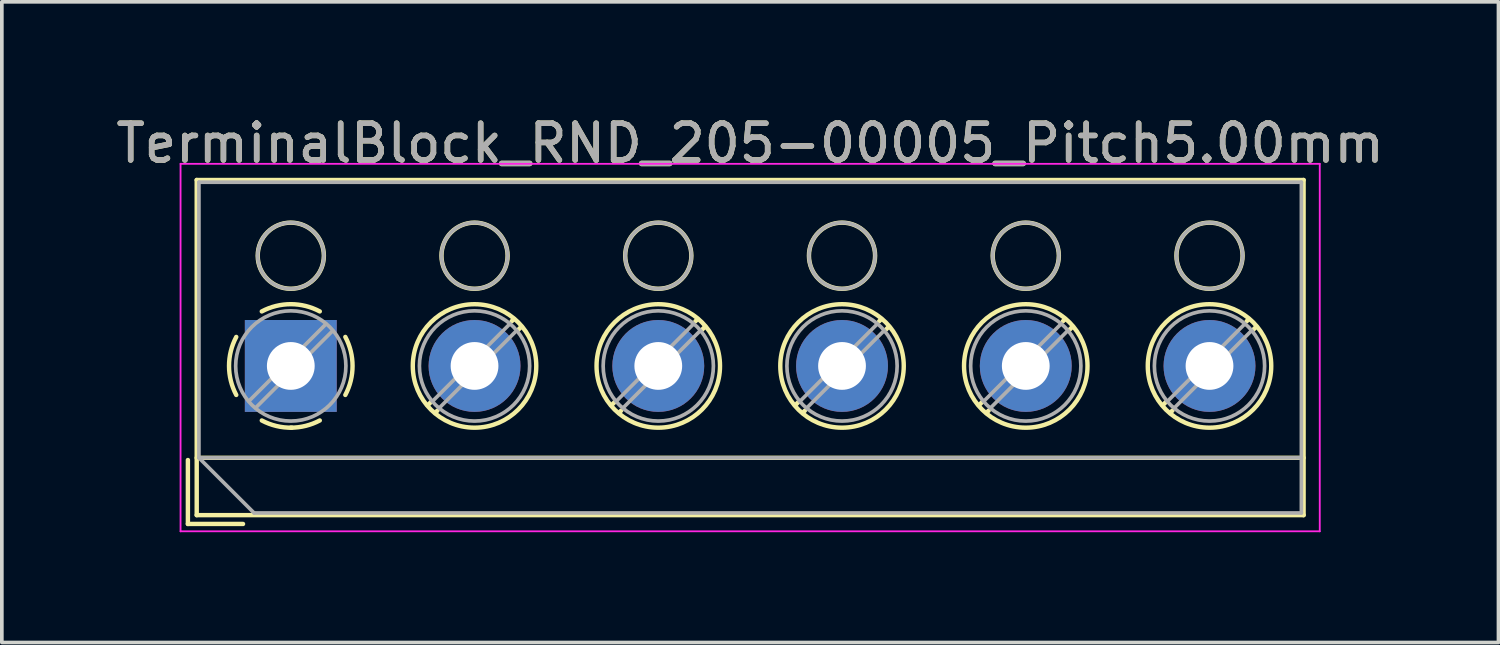
<source format=kicad_pcb>
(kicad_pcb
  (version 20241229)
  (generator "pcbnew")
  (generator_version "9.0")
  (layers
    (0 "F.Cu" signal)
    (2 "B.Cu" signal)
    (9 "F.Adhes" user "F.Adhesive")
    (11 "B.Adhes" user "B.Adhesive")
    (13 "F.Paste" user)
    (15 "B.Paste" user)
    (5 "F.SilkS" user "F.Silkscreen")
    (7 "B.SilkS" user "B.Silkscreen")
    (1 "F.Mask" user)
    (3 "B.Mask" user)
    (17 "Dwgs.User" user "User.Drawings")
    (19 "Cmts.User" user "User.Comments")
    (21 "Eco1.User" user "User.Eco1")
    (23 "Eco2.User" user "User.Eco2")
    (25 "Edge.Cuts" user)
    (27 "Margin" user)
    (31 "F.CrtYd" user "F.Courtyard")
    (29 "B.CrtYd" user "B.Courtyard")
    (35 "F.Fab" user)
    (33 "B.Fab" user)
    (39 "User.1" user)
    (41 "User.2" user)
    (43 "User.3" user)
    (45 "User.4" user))
  (footprint "TerminalBlock_RND_205-00005_Pitch5.00mm"
    (layer "F.Cu")
    (at 4.863 6.908)
    (property "Reference" "TerminalBlock_RND_205-00005_Pitch5.00mm" (at 12.5 -6.06 0) (layer "F.SilkS") (effects (font (size 1 1) (thickness 0.15))))
    (attr through_hole)
    (fp_line (start -2.8 2.56) (end -2.8 4.3) (stroke (width 0.12) (type solid)) (layer "F.SilkS"))
    (fp_line (start -2.8 4.3) (end -1.3 4.3) (stroke (width 0.12) (type solid)) (layer "F.SilkS"))
    (fp_line (start -2.56 -5.06) (end -2.56 4.06) (stroke (width 0.12) (type solid)) (layer "F.SilkS"))
    (fp_line (start -2.56 2.5) (end 27.56 2.5) (stroke (width 0.12) (type solid)) (layer "F.SilkS"))
    (fp_line (start -2.56 4.06) (end 27.56 4.06) (stroke (width 0.12) (type solid)) (layer "F.SilkS"))
    (fp_line (start 3.82 0.976) (end 3.726 1.069) (stroke (width 0.12) (type solid)) (layer "F.SilkS"))
    (fp_line (start 3.99 1.216) (end 3.931 1.274) (stroke (width 0.12) (type solid)) (layer "F.SilkS"))
    (fp_line (start 6.07 -1.275) (end 6.011 -1.216) (stroke (width 0.12) (type solid)) (layer "F.SilkS"))
    (fp_line (start 6.275 -1.069) (end 6.181 -0.976) (stroke (width 0.12) (type solid)) (layer "F.SilkS"))
    (fp_line (start 8.82 0.976) (end 8.726 1.069) (stroke (width 0.12) (type solid)) (layer "F.SilkS"))
    (fp_line (start 8.99 1.216) (end 8.931 1.274) (stroke (width 0.12) (type solid)) (layer "F.SilkS"))
    (fp_line (start 11.07 -1.275) (end 11.011 -1.216) (stroke (width 0.12) (type solid)) (layer "F.SilkS"))
    (fp_line (start 11.275 -1.069) (end 11.181 -0.976) (stroke (width 0.12) (type solid)) (layer "F.SilkS"))
    (fp_line (start 13.82 0.976) (end 13.726 1.069) (stroke (width 0.12) (type solid)) (layer "F.SilkS"))
    (fp_line (start 13.99 1.216) (end 13.931 1.274) (stroke (width 0.12) (type solid)) (layer "F.SilkS"))
    (fp_line (start 16.07 -1.275) (end 16.011 -1.216) (stroke (width 0.12) (type solid)) (layer "F.SilkS"))
    (fp_line (start 16.275 -1.069) (end 16.181 -0.976) (stroke (width 0.12) (type solid)) (layer "F.SilkS"))
    (fp_line (start 18.82 0.976) (end 18.726 1.069) (stroke (width 0.12) (type solid)) (layer "F.SilkS"))
    (fp_line (start 18.99 1.216) (end 18.931 1.274) (stroke (width 0.12) (type solid)) (layer "F.SilkS"))
    (fp_line (start 21.07 -1.275) (end 21.011 -1.216) (stroke (width 0.12) (type solid)) (layer "F.SilkS"))
    (fp_line (start 21.275 -1.069) (end 21.181 -0.976) (stroke (width 0.12) (type solid)) (layer "F.SilkS"))
    (fp_line (start 23.82 0.976) (end 23.726 1.069) (stroke (width 0.12) (type solid)) (layer "F.SilkS"))
    (fp_line (start 23.99 1.216) (end 23.931 1.274) (stroke (width 0.12) (type solid)) (layer "F.SilkS"))
    (fp_line (start 26.07 -1.275) (end 26.011 -1.216) (stroke (width 0.12) (type solid)) (layer "F.SilkS"))
    (fp_line (start 26.275 -1.069) (end 26.181 -0.976) (stroke (width 0.12) (type solid)) (layer "F.SilkS"))
    (fp_line (start 27.56 -5.06) (end -2.56 -5.06) (stroke (width 0.12) (type solid)) (layer "F.SilkS"))
    (fp_line (start 27.56 4.06) (end 27.56 -5.06) (stroke (width 0.12) (type solid)) (layer "F.SilkS"))
    (fp_arc (start -1.483953 0.789089) (mid -1.680708 0.00005) (end -1.484 -0.789) (stroke (width 0.12) (type solid)) (layer "F.SilkS"))
    (fp_arc (start -0.789089 -1.483953) (mid -0.00005 -1.680708) (end 0.789 -1.484) (stroke (width 0.12) (type solid)) (layer "F.SilkS"))
    (fp_arc (start 0.029383 1.68045) (mid -0.392304 1.634281) (end -0.789 1.484) (stroke (width 0.12) (type solid)) (layer "F.SilkS"))
    (fp_arc (start 0.788712 1.483352) (mid 0.406429 1.630097) (end 0 1.68) (stroke (width 0.12) (type solid)) (layer "F.SilkS"))
    (fp_arc (start 1.483953 -0.789089) (mid 1.680708 -0.00005) (end 1.484 0.789) (stroke (width 0.12) (type solid)) (layer "F.SilkS"))
    (fp_circle (center 0 -3) (end 0.9 -3) (stroke (width 0.12) (type solid)) (fill no) (layer "F.SilkS"))
    (fp_circle (center 5 -3) (end 5.9 -3) (stroke (width 0.12) (type solid)) (fill no) (layer "F.SilkS"))
    (fp_circle (center 5 0) (end 6.68 0) (stroke (width 0.12) (type solid)) (fill no) (layer "F.SilkS"))
    (fp_circle (center 10 -3) (end 10.9 -3) (stroke (width 0.12) (type solid)) (fill no) (layer "F.SilkS"))
    (fp_circle (center 10 0) (end 11.68 0) (stroke (width 0.12) (type solid)) (fill no) (layer "F.SilkS"))
    (fp_circle (center 15 -3) (end 15.9 -3) (stroke (width 0.12) (type solid)) (fill no) (layer "F.SilkS"))
    (fp_circle (center 15 0) (end 16.68 0) (stroke (width 0.12) (type solid)) (fill no) (layer "F.SilkS"))
    (fp_circle (center 20 -3) (end 20.9 -3) (stroke (width 0.12) (type solid)) (fill no) (layer "F.SilkS"))
    (fp_circle (center 20 0) (end 21.68 0) (stroke (width 0.12) (type solid)) (fill no) (layer "F.SilkS"))
    (fp_circle (center 25 -3) (end 25.9 -3) (stroke (width 0.12) (type solid)) (fill no) (layer "F.SilkS"))
    (fp_circle (center 25 0) (end 26.68 0) (stroke (width 0.12) (type solid)) (fill no) (layer "F.SilkS"))
    (fp_line (start -3 -5.5) (end -3 4.5) (stroke (width 0.05) (type solid)) (layer "F.CrtYd"))
    (fp_line (start -3 4.5) (end 28 4.5) (stroke (width 0.05) (type solid)) (layer "F.CrtYd"))
    (fp_line (start 28 -5.5) (end -3 -5.5) (stroke (width 0.05) (type solid)) (layer "F.CrtYd"))
    (fp_line (start 28 4.5) (end 28 -5.5) (stroke (width 0.05) (type solid)) (layer "F.CrtYd"))
    (fp_line (start -2.5 -5) (end 27.5 -5) (stroke (width 0.1) (type solid)) (layer "F.Fab"))
    (fp_line (start -2.5 2.5) (end -2.5 -5) (stroke (width 0.1) (type solid)) (layer "F.Fab"))
    (fp_line (start -2.5 2.5) (end 27.5 2.5) (stroke (width 0.1) (type solid)) (layer "F.Fab"))
    (fp_line (start -1 4) (end -2.5 2.5) (stroke (width 0.1) (type solid)) (layer "F.Fab"))
    (fp_line (start 0.955 -1.138) (end -1.138 0.955) (stroke (width 0.1) (type solid)) (layer "F.Fab"))
    (fp_line (start 1.138 -0.955) (end -0.955 1.138) (stroke (width 0.1) (type solid)) (layer "F.Fab"))
    (fp_line (start 5.955 -1.138) (end 3.863 0.955) (stroke (width 0.1) (type solid)) (layer "F.Fab"))
    (fp_line (start 6.138 -0.955) (end 4.046 1.138) (stroke (width 0.1) (type solid)) (layer "F.Fab"))
    (fp_line (start 10.955 -1.138) (end 8.863 0.955) (stroke (width 0.1) (type solid)) (layer "F.Fab"))
    (fp_line (start 11.138 -0.955) (end 9.046 1.138) (stroke (width 0.1) (type solid)) (layer "F.Fab"))
    (fp_line (start 15.955 -1.138) (end 13.863 0.955) (stroke (width 0.1) (type solid)) (layer "F.Fab"))
    (fp_line (start 16.138 -0.955) (end 14.046 1.138) (stroke (width 0.1) (type solid)) (layer "F.Fab"))
    (fp_line (start 20.955 -1.138) (end 18.863 0.955) (stroke (width 0.1) (type solid)) (layer "F.Fab"))
    (fp_line (start 21.138 -0.955) (end 19.046 1.138) (stroke (width 0.1) (type solid)) (layer "F.Fab"))
    (fp_line (start 25.955 -1.138) (end 23.863 0.955) (stroke (width 0.1) (type solid)) (layer "F.Fab"))
    (fp_line (start 26.138 -0.955) (end 24.046 1.138) (stroke (width 0.1) (type solid)) (layer "F.Fab"))
    (fp_line (start 27.5 -5) (end 27.5 4) (stroke (width 0.1) (type solid)) (layer "F.Fab"))
    (fp_line (start 27.5 4) (end -1 4) (stroke (width 0.1) (type solid)) (layer "F.Fab"))
    (fp_circle (center 0 -3) (end 0.9 -3) (stroke (width 0.1) (type solid)) (fill no) (layer "F.Fab"))
    (fp_circle (center 0 0) (end 1.5 0) (stroke (width 0.1) (type solid)) (fill no) (layer "F.Fab"))
    (fp_circle (center 5 -3) (end 5.9 -3) (stroke (width 0.1) (type solid)) (fill no) (layer "F.Fab"))
    (fp_circle (center 5 0) (end 6.5 0) (stroke (width 0.1) (type solid)) (fill no) (layer "F.Fab"))
    (fp_circle (center 10 -3) (end 10.9 -3) (stroke (width 0.1) (type solid)) (fill no) (layer "F.Fab"))
    (fp_circle (center 10 0) (end 11.5 0) (stroke (width 0.1) (type solid)) (fill no) (layer "F.Fab"))
    (fp_circle (center 15 -3) (end 15.9 -3) (stroke (width 0.1) (type solid)) (fill no) (layer "F.Fab"))
    (fp_circle (center 15 0) (end 16.5 0) (stroke (width 0.1) (type solid)) (fill no) (layer "F.Fab"))
    (fp_circle (center 20 -3) (end 20.9 -3) (stroke (width 0.1) (type solid)) (fill no) (layer "F.Fab"))
    (fp_circle (center 20 0) (end 21.5 0) (stroke (width 0.1) (type solid)) (fill no) (layer "F.Fab"))
    (fp_circle (center 25 -3) (end 25.9 -3) (stroke (width 0.1) (type solid)) (fill no) (layer "F.Fab"))
    (fp_circle (center 25 0) (end 26.5 0) (stroke (width 0.1) (type solid)) (fill no) (layer "F.Fab"))
    (fp_text user "${REFERENCE}" (at 12.5 -6.06 0) (layer "F.Fab") (effects (font (size 1 1) (thickness 0.15))))
    (pad "1" thru_hole rect (at 0 0) (size 2.5 2.5) (drill 1.3) (layers "*.Cu" "*.Mask"))
    (pad "2" thru_hole circle (at 5 0) (size 2.5 2.5) (drill 1.3) (layers "*.Cu" "*.Mask"))
    (pad "3" thru_hole circle (at 10 0) (size 2.5 2.5) (drill 1.3) (layers "*.Cu" "*.Mask"))
    (pad "4" thru_hole circle (at 15 0) (size 2.5 2.5) (drill 1.3) (layers "*.Cu" "*.Mask"))
    (pad "5" thru_hole circle (at 20 0) (size 2.5 2.5) (drill 1.3) (layers "*.Cu" "*.Mask"))
    (pad "6" thru_hole circle (at 25 0) (size 2.5 2.5) (drill 1.3) (layers "*.Cu" "*.Mask")))
  (gr_rect
    (start -3 -3)
    (end 37.726 14.433)
    (stroke (width 0.1) (type default))
    (fill no)
    (layer "Edge.Cuts")))
</source>
